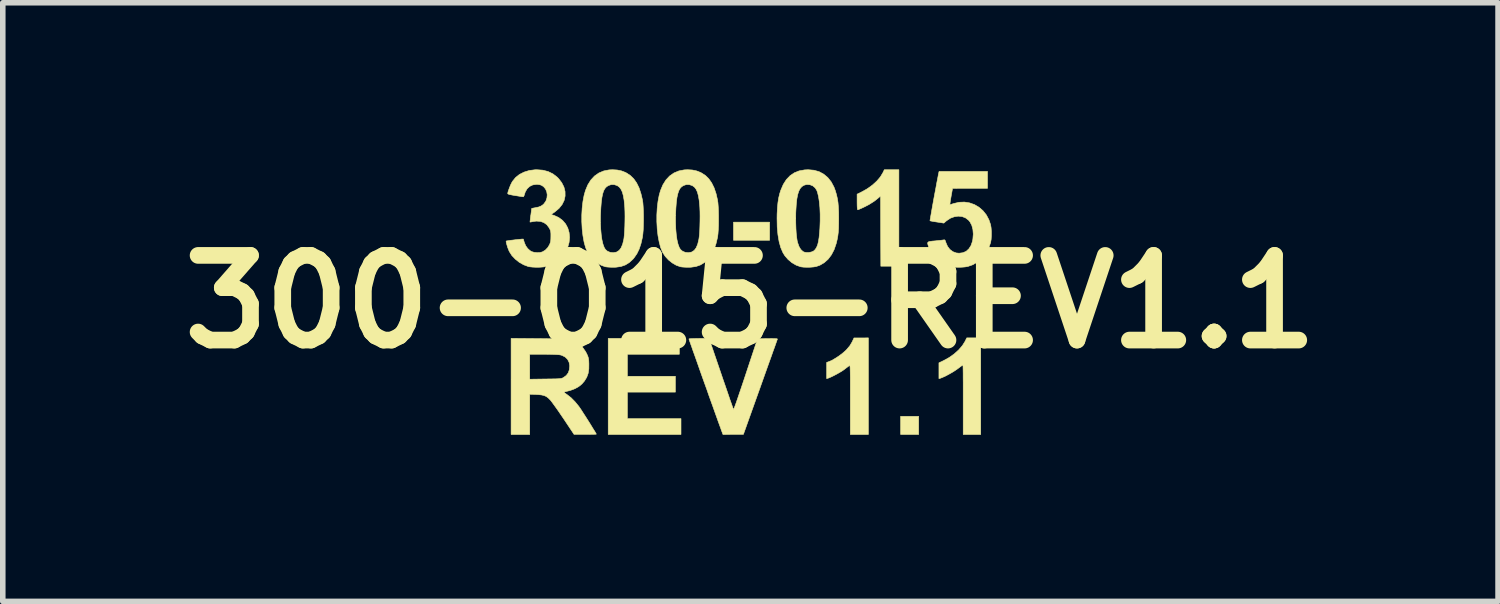
<source format=kicad_pcb>
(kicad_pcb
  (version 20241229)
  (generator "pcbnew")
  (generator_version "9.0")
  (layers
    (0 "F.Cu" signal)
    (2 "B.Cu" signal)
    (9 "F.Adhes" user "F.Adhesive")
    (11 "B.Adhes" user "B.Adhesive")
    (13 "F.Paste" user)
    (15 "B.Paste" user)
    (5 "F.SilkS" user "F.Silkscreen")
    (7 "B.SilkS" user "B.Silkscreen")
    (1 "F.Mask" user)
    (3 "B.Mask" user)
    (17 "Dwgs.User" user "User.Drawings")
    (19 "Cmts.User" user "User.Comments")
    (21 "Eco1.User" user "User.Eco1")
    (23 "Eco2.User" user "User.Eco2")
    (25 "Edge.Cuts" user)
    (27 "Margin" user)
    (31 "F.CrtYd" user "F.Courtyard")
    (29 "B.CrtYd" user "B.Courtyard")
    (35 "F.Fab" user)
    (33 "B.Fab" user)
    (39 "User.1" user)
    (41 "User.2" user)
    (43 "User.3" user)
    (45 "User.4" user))
  (footprint "300-015-REV1.1"
    (layer "F.Cu")
    (at 10.458 2.382)
    (property "Reference" "300-015-REV1.1" (at 0 0 0) (layer "F.SilkS") (effects (font (size 1.524 1.524) (thickness 0.3))))
    (attr through_hole)
    (fp_poly (pts (xy 0.345 -1.107) (xy -0.305 -1.107) (xy -0.305 -1.433) (xy 0.345 -1.433) (xy 0.345 -1.107)) (stroke (width 0.01) (type solid)) (fill yes) (layer "F.SilkS"))
    (fp_poly (pts (xy 3.028 2.388) (xy 2.703 2.388) (xy 2.703 2.062) (xy 3.028 2.062) (xy 3.028 2.388)) (stroke (width 0.01) (type solid)) (fill yes) (layer "F.SilkS"))
    (fp_poly (pts (xy -1.28 0.945) (xy -2.215 0.945) (xy -2.215 1.341) (xy -1.351 1.341) (xy -1.351 1.626) (xy -2.215 1.626) (xy -2.215 2.103) (xy -1.25 2.103) (xy -1.25 2.388) (xy -2.56 2.388) (xy -2.56 0.66) (xy -1.28 0.66) (xy -1.28 0.945)) (stroke (width 0.01) (type solid)) (fill yes) (layer "F.SilkS"))
    (fp_poly (pts (xy 2.672 -0.64) (xy 2.347 -0.64) (xy 2.344 -1.272) (xy 2.342 -1.904) (xy 2.301 -1.868) (xy 2.224 -1.807) (xy 2.13 -1.748) (xy 2.04 -1.702) (xy 1.999 -1.683) (xy 1.964 -1.668) (xy 1.94 -1.658) (xy 1.932 -1.656) (xy 1.927 -1.664) (xy 1.923 -1.689) (xy 1.921 -1.731) (xy 1.92 -1.793) (xy 1.92 -1.797) (xy 1.92 -1.937) (xy 2.007 -1.98) (xy 2.106 -2.036) (xy 2.196 -2.101) (xy 2.274 -2.172) (xy 2.338 -2.247) (xy 2.383 -2.321) (xy 2.41 -2.377) (xy 2.672 -2.377) (xy 2.672 -0.64)) (stroke (width 0.01) (type solid)) (fill yes) (layer "F.SilkS"))
    (fp_poly (pts (xy 4.145 2.388) (xy 3.83 2.388) (xy 3.83 1.763) (xy 3.83 1.652) (xy 3.83 1.548) (xy 3.83 1.451) (xy 3.829 1.365) (xy 3.829 1.29) (xy 3.828 1.228) (xy 3.827 1.181) (xy 3.826 1.15) (xy 3.825 1.138) (xy 3.825 1.138) (xy 3.815 1.144) (xy 3.793 1.159) (xy 3.762 1.182) (xy 3.731 1.205) (xy 3.687 1.236) (xy 3.633 1.27) (xy 3.575 1.303) (xy 3.517 1.334) (xy 3.465 1.358) (xy 3.423 1.375) (xy 3.416 1.377) (xy 3.393 1.383) (xy 3.393 1.099) (xy 3.478 1.058) (xy 3.578 1.003) (xy 3.669 0.938) (xy 3.749 0.866) (xy 3.814 0.79) (xy 3.861 0.716) (xy 3.894 0.65) (xy 4.145 0.65) (xy 4.145 2.388)) (stroke (width 0.01) (type solid)) (fill yes) (layer "F.SilkS"))
    (fp_poly (pts (xy 2.123 2.388) (xy 1.798 2.388) (xy 1.798 1.762) (xy 1.798 1.633) (xy 1.798 1.524) (xy 1.798 1.432) (xy 1.798 1.356) (xy 1.797 1.294) (xy 1.796 1.246) (xy 1.795 1.209) (xy 1.794 1.182) (xy 1.792 1.164) (xy 1.79 1.153) (xy 1.787 1.148) (xy 1.784 1.147) (xy 1.78 1.149) (xy 1.78 1.149) (xy 1.763 1.162) (xy 1.735 1.183) (xy 1.702 1.208) (xy 1.691 1.217) (xy 1.654 1.243) (xy 1.606 1.272) (xy 1.553 1.302) (xy 1.498 1.331) (xy 1.448 1.355) (xy 1.408 1.372) (xy 1.394 1.377) (xy 1.372 1.383) (xy 1.372 1.092) (xy 1.421 1.074) (xy 1.467 1.054) (xy 1.521 1.022) (xy 1.581 0.984) (xy 1.64 0.941) (xy 1.693 0.897) (xy 1.728 0.864) (xy 1.789 0.792) (xy 1.83 0.723) (xy 1.864 0.651) (xy 1.994 0.651) (xy 2.123 0.65) (xy 2.123 2.388)) (stroke (width 0.01) (type solid)) (fill yes) (layer "F.SilkS"))
    (fp_poly (pts (xy -0.529 1.293) (xy -0.492 1.402) (xy -0.456 1.505) (xy -0.423 1.601) (xy -0.393 1.689) (xy -0.367 1.766) (xy -0.344 1.83) (xy -0.326 1.882) (xy -0.313 1.918) (xy -0.306 1.937) (xy -0.305 1.939) (xy -0.301 1.932) (xy -0.29 1.907) (xy -0.274 1.865) (xy -0.253 1.807) (xy -0.228 1.733) (xy -0.198 1.645) (xy -0.164 1.545) (xy -0.126 1.432) (xy -0.085 1.309) (xy 0.128 0.665) (xy 0.309 0.663) (xy 0.381 0.662) (xy 0.435 0.663) (xy 0.47 0.665) (xy 0.485 0.669) (xy 0.486 0.67) (xy 0.482 0.681) (xy 0.472 0.71) (xy 0.456 0.755) (xy 0.435 0.815) (xy 0.408 0.888) (xy 0.378 0.974) (xy 0.343 1.071) (xy 0.305 1.177) (xy 0.264 1.292) (xy 0.221 1.413) (xy 0.178 1.534) (xy -0.127 2.387) (xy -0.495 2.388) (xy -0.511 2.344) (xy -0.521 2.319) (xy -0.535 2.278) (xy -0.555 2.223) (xy -0.58 2.155) (xy -0.608 2.076) (xy -0.64 1.987) (xy -0.674 1.891) (xy -0.711 1.789) (xy -0.749 1.683) (xy -0.787 1.573) (xy -0.827 1.463) (xy -0.866 1.354) (xy -0.904 1.247) (xy -0.94 1.144) (xy -0.974 1.047) (xy -1.006 0.957) (xy -1.035 0.877) (xy -1.059 0.807) (xy -1.08 0.749) (xy -1.095 0.706) (xy -1.104 0.679) (xy -1.107 0.669) (xy -1.098 0.666) (xy -1.071 0.664) (xy -1.03 0.662) (xy -0.979 0.661) (xy -0.926 0.66) (xy -0.745 0.66) (xy -0.529 1.293)) (stroke (width 0.01) (type solid)) (fill yes) (layer "F.SilkS"))
    (fp_poly (pts (xy 1.143 -2.368) (xy 1.236 -2.342) (xy 1.319 -2.297) (xy 1.392 -2.236) (xy 1.454 -2.158) (xy 1.504 -2.064) (xy 1.527 -2.002) (xy 1.548 -1.932) (xy 1.564 -1.862) (xy 1.576 -1.788) (xy 1.583 -1.706) (xy 1.588 -1.611) (xy 1.589 -1.504) (xy 1.588 -1.405) (xy 1.586 -1.321) (xy 1.581 -1.25) (xy 1.573 -1.185) (xy 1.562 -1.124) (xy 1.547 -1.061) (xy 1.543 -1.046) (xy 1.506 -0.938) (xy 1.457 -0.844) (xy 1.398 -0.766) (xy 1.327 -0.703) (xy 1.248 -0.657) (xy 1.184 -0.635) (xy 1.138 -0.627) (xy 1.079 -0.622) (xy 1.017 -0.621) (xy 0.958 -0.623) (xy 0.909 -0.629) (xy 0.901 -0.631) (xy 0.823 -0.659) (xy 0.747 -0.703) (xy 0.678 -0.761) (xy 0.619 -0.829) (xy 0.585 -0.884) (xy 0.546 -0.974) (xy 0.516 -1.082) (xy 0.495 -1.206) (xy 0.482 -1.345) (xy 0.479 -1.499) (xy 0.479 -1.506) (xy 0.815 -1.506) (xy 0.816 -1.411) (xy 0.819 -1.319) (xy 0.824 -1.234) (xy 0.832 -1.16) (xy 0.841 -1.1) (xy 0.847 -1.072) (xy 0.873 -0.998) (xy 0.905 -0.943) (xy 0.944 -0.906) (xy 0.965 -0.895) (xy 1.003 -0.887) (xy 1.05 -0.887) (xy 1.096 -0.896) (xy 1.133 -0.911) (xy 1.136 -0.913) (xy 1.165 -0.94) (xy 1.189 -0.976) (xy 1.209 -1.023) (xy 1.224 -1.083) (xy 1.236 -1.159) (xy 1.245 -1.252) (xy 1.25 -1.321) (xy 1.255 -1.454) (xy 1.255 -1.579) (xy 1.25 -1.696) (xy 1.24 -1.8) (xy 1.226 -1.891) (xy 1.208 -1.966) (xy 1.195 -2.003) (xy 1.165 -2.051) (xy 1.122 -2.087) (xy 1.071 -2.107) (xy 1.016 -2.111) (xy 1.003 -2.109) (xy 0.96 -2.096) (xy 0.924 -2.072) (xy 0.894 -2.037) (xy 0.869 -1.989) (xy 0.85 -1.927) (xy 0.835 -1.849) (xy 0.825 -1.754) (xy 0.818 -1.641) (xy 0.816 -1.601) (xy 0.815 -1.506) (xy 0.479 -1.506) (xy 0.48 -1.579) (xy 0.486 -1.69) (xy 0.495 -1.785) (xy 0.508 -1.868) (xy 0.526 -1.944) (xy 0.547 -2.01) (xy 0.592 -2.114) (xy 0.647 -2.2) (xy 0.713 -2.269) (xy 0.789 -2.321) (xy 0.876 -2.356) (xy 0.975 -2.374) (xy 1.04 -2.377) (xy 1.143 -2.368)) (stroke (width 0.01) (type solid)) (fill yes) (layer "F.SilkS"))
    (fp_poly (pts (xy -2.397 -2.372) (xy -2.321 -2.356) (xy -2.249 -2.328) (xy -2.234 -2.32) (xy -2.163 -2.274) (xy -2.101 -2.214) (xy -2.049 -2.14) (xy -2.005 -2.051) (xy -1.97 -1.944) (xy -1.944 -1.834) (xy -1.936 -1.782) (xy -1.931 -1.715) (xy -1.927 -1.636) (xy -1.925 -1.55) (xy -1.925 -1.461) (xy -1.927 -1.374) (xy -1.93 -1.293) (xy -1.936 -1.223) (xy -1.943 -1.168) (xy -1.944 -1.162) (xy -1.97 -1.047) (xy -2.003 -0.948) (xy -2.044 -0.864) (xy -2.094 -0.792) (xy -2.114 -0.768) (xy -2.18 -0.707) (xy -2.251 -0.663) (xy -2.331 -0.635) (xy -2.422 -0.622) (xy -2.477 -0.621) (xy -2.525 -0.622) (xy -2.569 -0.625) (xy -2.603 -0.629) (xy -2.614 -0.631) (xy -2.686 -0.657) (xy -2.758 -0.699) (xy -2.826 -0.753) (xy -2.885 -0.817) (xy -2.93 -0.885) (xy -2.934 -0.894) (xy -2.968 -0.978) (xy -2.995 -1.077) (xy -3.015 -1.189) (xy -3.029 -1.309) (xy -3.035 -1.427) (xy -2.7 -1.427) (xy -2.695 -1.311) (xy -2.686 -1.207) (xy -2.673 -1.116) (xy -2.655 -1.039) (xy -2.633 -0.979) (xy -2.611 -0.942) (xy -2.574 -0.91) (xy -2.525 -0.89) (xy -2.471 -0.884) (xy -2.417 -0.893) (xy -2.404 -0.898) (xy -2.362 -0.926) (xy -2.327 -0.973) (xy -2.3 -1.038) (xy -2.28 -1.121) (xy -2.276 -1.146) (xy -2.27 -1.204) (xy -2.265 -1.276) (xy -2.261 -1.359) (xy -2.259 -1.448) (xy -2.258 -1.537) (xy -2.259 -1.622) (xy -2.262 -1.697) (xy -2.264 -1.727) (xy -2.274 -1.828) (xy -2.288 -1.909) (xy -2.306 -1.975) (xy -2.33 -2.025) (xy -2.359 -2.063) (xy -2.394 -2.089) (xy -2.401 -2.092) (xy -2.455 -2.11) (xy -2.507 -2.109) (xy -2.557 -2.092) (xy -2.591 -2.07) (xy -2.619 -2.039) (xy -2.642 -1.998) (xy -2.66 -1.943) (xy -2.674 -1.874) (xy -2.685 -1.788) (xy -2.693 -1.684) (xy -2.693 -1.683) (xy -2.699 -1.551) (xy -2.7 -1.427) (xy -3.035 -1.427) (xy -3.036 -1.435) (xy -3.036 -1.562) (xy -3.029 -1.687) (xy -3.015 -1.806) (xy -2.994 -1.917) (xy -2.97 -2.002) (xy -2.927 -2.105) (xy -2.872 -2.193) (xy -2.806 -2.264) (xy -2.729 -2.318) (xy -2.641 -2.355) (xy -2.544 -2.374) (xy -2.482 -2.377) (xy -2.397 -2.372)) (stroke (width 0.01) (type solid)) (fill yes) (layer "F.SilkS"))
    (fp_poly (pts (xy -1.045 -2.372) (xy -0.97 -2.356) (xy -0.898 -2.328) (xy -0.883 -2.32) (xy -0.811 -2.274) (xy -0.75 -2.214) (xy -0.698 -2.14) (xy -0.654 -2.051) (xy -0.618 -1.944) (xy -0.593 -1.834) (xy -0.585 -1.782) (xy -0.58 -1.715) (xy -0.576 -1.636) (xy -0.574 -1.55) (xy -0.574 -1.461) (xy -0.575 -1.374) (xy -0.579 -1.293) (xy -0.584 -1.223) (xy -0.591 -1.168) (xy -0.592 -1.162) (xy -0.619 -1.047) (xy -0.652 -0.948) (xy -0.693 -0.864) (xy -0.742 -0.792) (xy -0.763 -0.768) (xy -0.828 -0.707) (xy -0.9 -0.663) (xy -0.98 -0.635) (xy -1.071 -0.622) (xy -1.126 -0.621) (xy -1.174 -0.622) (xy -1.218 -0.625) (xy -1.252 -0.629) (xy -1.262 -0.631) (xy -1.335 -0.657) (xy -1.407 -0.699) (xy -1.475 -0.753) (xy -1.534 -0.817) (xy -1.578 -0.885) (xy -1.583 -0.894) (xy -1.617 -0.978) (xy -1.643 -1.077) (xy -1.664 -1.189) (xy -1.678 -1.309) (xy -1.684 -1.427) (xy -1.348 -1.427) (xy -1.344 -1.311) (xy -1.335 -1.207) (xy -1.322 -1.116) (xy -1.304 -1.039) (xy -1.282 -0.979) (xy -1.26 -0.942) (xy -1.222 -0.91) (xy -1.174 -0.89) (xy -1.12 -0.884) (xy -1.066 -0.893) (xy -1.053 -0.898) (xy -1.011 -0.926) (xy -0.976 -0.973) (xy -0.949 -1.038) (xy -0.929 -1.121) (xy -0.925 -1.146) (xy -0.918 -1.204) (xy -0.913 -1.276) (xy -0.91 -1.359) (xy -0.908 -1.448) (xy -0.907 -1.537) (xy -0.908 -1.622) (xy -0.911 -1.697) (xy -0.913 -1.727) (xy -0.923 -1.828) (xy -0.937 -1.909) (xy -0.955 -1.975) (xy -0.978 -2.025) (xy -1.007 -2.063) (xy -1.043 -2.089) (xy -1.05 -2.092) (xy -1.104 -2.11) (xy -1.156 -2.109) (xy -1.206 -2.092) (xy -1.24 -2.07) (xy -1.268 -2.039) (xy -1.29 -1.998) (xy -1.308 -1.943) (xy -1.323 -1.874) (xy -1.334 -1.788) (xy -1.342 -1.684) (xy -1.342 -1.683) (xy -1.348 -1.551) (xy -1.348 -1.427) (xy -1.684 -1.427) (xy -1.685 -1.435) (xy -1.685 -1.562) (xy -1.678 -1.687) (xy -1.664 -1.806) (xy -1.643 -1.917) (xy -1.619 -2.002) (xy -1.576 -2.105) (xy -1.521 -2.193) (xy -1.455 -2.264) (xy -1.378 -2.318) (xy -1.29 -2.355) (xy -1.193 -2.374) (xy -1.131 -2.377) (xy -1.045 -2.372)) (stroke (width 0.01) (type solid)) (fill yes) (layer "F.SilkS"))
    (fp_poly (pts (xy -3.823 0.663) (xy -3.701 0.664) (xy -3.598 0.666) (xy -3.512 0.667) (xy -3.439 0.67) (xy -3.38 0.672) (xy -3.33 0.676) (xy -3.289 0.681) (xy -3.255 0.687) (xy -3.225 0.694) (xy -3.198 0.703) (xy -3.171 0.714) (xy -3.144 0.725) (xy -3.079 0.766) (xy -3.02 0.822) (xy -2.97 0.893) (xy -2.949 0.931) (xy -2.932 0.968) (xy -2.921 0.999) (xy -2.914 1.03) (xy -2.91 1.068) (xy -2.908 1.118) (xy -2.909 1.209) (xy -2.921 1.288) (xy -2.946 1.357) (xy -2.985 1.422) (xy -2.986 1.424) (xy -3.033 1.479) (xy -3.089 1.525) (xy -3.156 1.563) (xy -3.237 1.594) (xy -3.336 1.62) (xy -3.337 1.62) (xy -3.351 1.624) (xy -3.355 1.629) (xy -3.348 1.637) (xy -3.328 1.652) (xy -3.301 1.671) (xy -3.229 1.727) (xy -3.157 1.8) (xy -3.089 1.883) (xy -3.077 1.9) (xy -3.06 1.925) (xy -3.036 1.961) (xy -3.007 2.007) (xy -2.973 2.059) (xy -2.938 2.114) (xy -2.902 2.171) (xy -2.868 2.226) (xy -2.837 2.277) (xy -2.81 2.32) (xy -2.789 2.354) (xy -2.777 2.376) (xy -2.774 2.382) (xy -2.783 2.384) (xy -2.81 2.385) (xy -2.851 2.386) (xy -2.904 2.387) (xy -2.964 2.387) (xy -2.974 2.387) (xy -3.175 2.387) (xy -3.362 2.106) (xy -3.41 2.036) (xy -3.456 1.968) (xy -3.5 1.906) (xy -3.539 1.852) (xy -3.571 1.808) (xy -3.595 1.777) (xy -3.604 1.767) (xy -3.64 1.731) (xy -3.675 1.705) (xy -3.714 1.688) (xy -3.761 1.677) (xy -3.82 1.671) (xy -3.858 1.669) (xy -3.973 1.664) (xy -3.973 2.388) (xy -4.308 2.388) (xy -4.308 0.945) (xy -3.973 0.945) (xy -3.973 1.394) (xy -3.691 1.39) (xy -3.607 1.389) (xy -3.541 1.388) (xy -3.491 1.387) (xy -3.453 1.385) (xy -3.425 1.382) (xy -3.404 1.379) (xy -3.388 1.374) (xy -3.375 1.369) (xy -3.367 1.364) (xy -3.315 1.327) (xy -3.279 1.279) (xy -3.261 1.226) (xy -3.253 1.154) (xy -3.264 1.091) (xy -3.291 1.037) (xy -3.334 0.995) (xy -3.392 0.965) (xy -3.425 0.956) (xy -3.45 0.953) (xy -3.492 0.95) (xy -3.547 0.948) (xy -3.612 0.946) (xy -3.684 0.945) (xy -3.724 0.945) (xy -3.973 0.945) (xy -4.308 0.945) (xy -4.308 0.659) (xy -3.823 0.663)) (stroke (width 0.01) (type solid)) (fill yes) (layer "F.SilkS"))
    (fp_poly (pts (xy 4.267 -2.042) (xy 3.952 -2.042) (xy 3.875 -2.042) (xy 3.804 -2.042) (xy 3.743 -2.042) (xy 3.693 -2.041) (xy 3.658 -2.041) (xy 3.639 -2.04) (xy 3.637 -2.04) (xy 3.636 -2.029) (xy 3.631 -2.003) (xy 3.624 -1.963) (xy 3.615 -1.915) (xy 3.612 -1.896) (xy 3.603 -1.845) (xy 3.596 -1.801) (xy 3.592 -1.769) (xy 3.59 -1.752) (xy 3.59 -1.75) (xy 3.601 -1.751) (xy 3.626 -1.758) (xy 3.657 -1.768) (xy 3.755 -1.791) (xy 3.852 -1.795) (xy 3.945 -1.78) (xy 4.033 -1.749) (xy 4.113 -1.702) (xy 4.185 -1.64) (xy 4.246 -1.564) (xy 4.293 -1.475) (xy 4.323 -1.387) (xy 4.332 -1.332) (xy 4.337 -1.264) (xy 4.337 -1.192) (xy 4.333 -1.124) (xy 4.323 -1.067) (xy 4.322 -1.063) (xy 4.286 -0.96) (xy 4.234 -0.867) (xy 4.169 -0.786) (xy 4.092 -0.719) (xy 4.005 -0.668) (xy 3.915 -0.636) (xy 3.863 -0.627) (xy 3.8 -0.622) (xy 3.73 -0.621) (xy 3.662 -0.624) (xy 3.604 -0.632) (xy 3.584 -0.636) (xy 3.487 -0.669) (xy 3.4 -0.719) (xy 3.326 -0.785) (xy 3.265 -0.866) (xy 3.218 -0.959) (xy 3.21 -0.982) (xy 3.197 -1.021) (xy 3.19 -1.048) (xy 3.192 -1.067) (xy 3.205 -1.079) (xy 3.231 -1.086) (xy 3.274 -1.092) (xy 3.325 -1.096) (xy 3.377 -1.102) (xy 3.423 -1.106) (xy 3.459 -1.111) (xy 3.48 -1.114) (xy 3.481 -1.114) (xy 3.495 -1.115) (xy 3.504 -1.106) (xy 3.513 -1.083) (xy 3.519 -1.064) (xy 3.548 -0.997) (xy 3.59 -0.942) (xy 3.643 -0.902) (xy 3.705 -0.879) (xy 3.756 -0.874) (xy 3.825 -0.883) (xy 3.884 -0.909) (xy 3.932 -0.953) (xy 3.97 -1.012) (xy 3.996 -1.087) (xy 4.004 -1.129) (xy 4.011 -1.219) (xy 4.004 -1.303) (xy 3.984 -1.377) (xy 3.951 -1.439) (xy 3.926 -1.469) (xy 3.872 -1.51) (xy 3.81 -1.534) (xy 3.742 -1.541) (xy 3.672 -1.531) (xy 3.602 -1.506) (xy 3.536 -1.463) (xy 3.521 -1.451) (xy 3.481 -1.416) (xy 3.359 -1.435) (xy 3.312 -1.442) (xy 3.272 -1.449) (xy 3.244 -1.455) (xy 3.232 -1.458) (xy 3.232 -1.458) (xy 3.233 -1.469) (xy 3.238 -1.496) (xy 3.245 -1.539) (xy 3.255 -1.595) (xy 3.266 -1.66) (xy 3.279 -1.733) (xy 3.293 -1.811) (xy 3.308 -1.892) (xy 3.323 -1.972) (xy 3.338 -2.051) (xy 3.351 -2.124) (xy 3.364 -2.191) (xy 3.375 -2.247) (xy 3.383 -2.291) (xy 3.39 -2.321) (xy 3.39 -2.324) (xy 3.396 -2.347) (xy 4.267 -2.347) (xy 4.267 -2.042)) (stroke (width 0.01) (type solid)) (fill yes) (layer "F.SilkS"))
    (fp_poly (pts (xy -3.738 -2.369) (xy -3.641 -2.344) (xy -3.555 -2.302) (xy -3.479 -2.243) (xy -3.456 -2.22) (xy -3.397 -2.144) (xy -3.357 -2.065) (xy -3.337 -1.985) (xy -3.336 -1.904) (xy -3.353 -1.826) (xy -3.39 -1.751) (xy -3.445 -1.682) (xy -3.518 -1.62) (xy -3.533 -1.609) (xy -3.589 -1.572) (xy -3.53 -1.553) (xy -3.449 -1.515) (xy -3.381 -1.464) (xy -3.327 -1.401) (xy -3.288 -1.328) (xy -3.264 -1.247) (xy -3.256 -1.16) (xy -3.264 -1.07) (xy -3.29 -0.978) (xy -3.312 -0.929) (xy -3.365 -0.843) (xy -3.433 -0.768) (xy -3.515 -0.706) (xy -3.605 -0.659) (xy -3.675 -0.636) (xy -3.725 -0.627) (xy -3.787 -0.622) (xy -3.855 -0.621) (xy -3.92 -0.624) (xy -3.976 -0.63) (xy -4 -0.635) (xy -4.082 -0.666) (xy -4.162 -0.711) (xy -4.233 -0.768) (xy -4.294 -0.832) (xy -4.338 -0.901) (xy -4.341 -0.906) (xy -4.355 -0.939) (xy -4.37 -0.978) (xy -4.382 -1.018) (xy -4.392 -1.054) (xy -4.397 -1.08) (xy -4.397 -1.093) (xy -4.397 -1.093) (xy -4.385 -1.096) (xy -4.358 -1.1) (xy -4.32 -1.106) (xy -4.275 -1.111) (xy -4.227 -1.117) (xy -4.18 -1.122) (xy -4.138 -1.126) (xy -4.107 -1.129) (xy -4.09 -1.129) (xy -4.088 -1.128) (xy -4.084 -1.116) (xy -4.077 -1.091) (xy -4.07 -1.067) (xy -4.046 -1.01) (xy -4.01 -0.959) (xy -3.965 -0.919) (xy -3.938 -0.903) (xy -3.893 -0.89) (xy -3.839 -0.885) (xy -3.787 -0.887) (xy -3.745 -0.898) (xy -3.692 -0.93) (xy -3.647 -0.977) (xy -3.616 -1.029) (xy -3.604 -1.06) (xy -3.596 -1.09) (xy -3.593 -1.128) (xy -3.592 -1.179) (xy -3.592 -1.225) (xy -3.595 -1.258) (xy -3.6 -1.284) (xy -3.611 -1.308) (xy -3.623 -1.331) (xy -3.665 -1.387) (xy -3.718 -1.425) (xy -3.781 -1.447) (xy -3.854 -1.452) (xy -3.912 -1.444) (xy -3.942 -1.438) (xy -3.962 -1.435) (xy -3.968 -1.435) (xy -3.967 -1.445) (xy -3.964 -1.472) (xy -3.96 -1.511) (xy -3.954 -1.558) (xy -3.953 -1.559) (xy -3.937 -1.681) (xy -3.869 -1.694) (xy -3.812 -1.706) (xy -3.77 -1.723) (xy -3.736 -1.746) (xy -3.717 -1.764) (xy -3.682 -1.813) (xy -3.663 -1.869) (xy -3.658 -1.926) (xy -3.667 -1.982) (xy -3.69 -2.033) (xy -3.725 -2.074) (xy -3.766 -2.099) (xy -3.796 -2.108) (xy -3.835 -2.113) (xy -3.852 -2.113) (xy -3.917 -2.104) (xy -3.974 -2.077) (xy -4.02 -2.034) (xy -4.053 -1.977) (xy -4.065 -1.94) (xy -4.074 -1.912) (xy -4.084 -1.893) (xy -4.089 -1.89) (xy -4.102 -1.891) (xy -4.132 -1.895) (xy -4.173 -1.902) (xy -4.223 -1.91) (xy -4.234 -1.911) (xy -4.293 -1.922) (xy -4.333 -1.93) (xy -4.358 -1.938) (xy -4.368 -1.945) (xy -4.369 -1.948) (xy -4.365 -1.973) (xy -4.353 -2.01) (xy -4.337 -2.054) (xy -4.319 -2.099) (xy -4.299 -2.14) (xy -4.283 -2.168) (xy -4.228 -2.236) (xy -4.158 -2.292) (xy -4.075 -2.334) (xy -3.982 -2.363) (xy -3.88 -2.376) (xy -3.846 -2.377) (xy -3.738 -2.369)) (stroke (width 0.01) (type solid)) (fill yes) (layer "F.SilkS")))
  (gr_rect
    (start -3 -3)
    (end 23.915 7.775)
    (stroke (width 0.1) (type default))
    (fill no)
    (layer "Edge.Cuts")))
</source>
